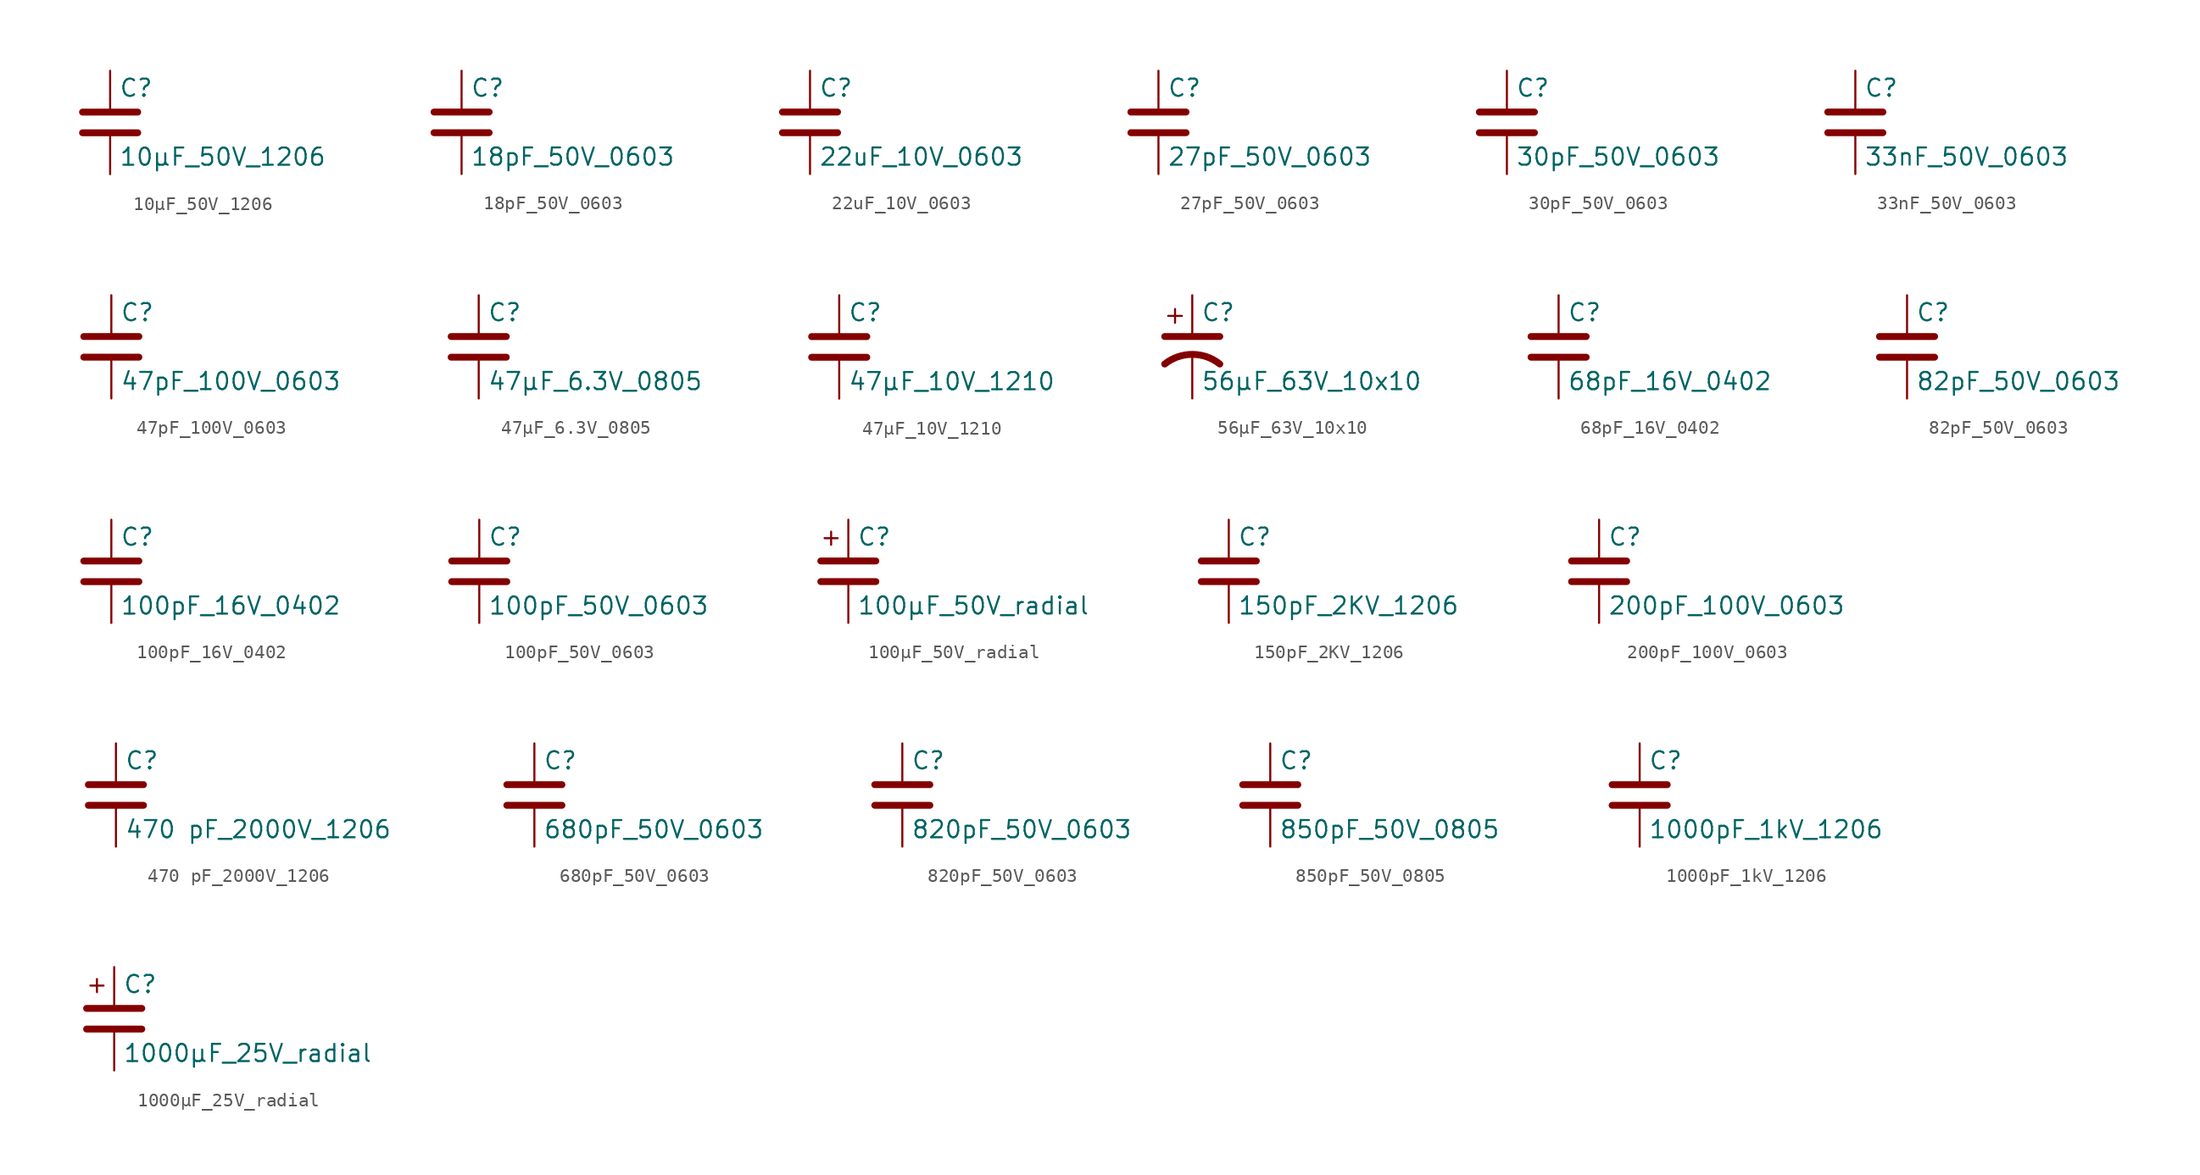
<source format=kicad_sym>
(kicad_symbol_lib
  (version 20220914)
  (generator kicad_symbol_editor)
  (symbol "10µF_50V_1206"
    (pin_numbers hide)
    (pin_names
      (offset 0.254))
    (property "Reference" "C"
      (at 0.635 2.54 0)
      (effects (font (size 1.27 1.27)) (justify left)))
    (property "Value" "10µF_50V_1206"
      (at 0.635 -2.54 0)
      (effects (font (size 1.27 1.27)) (justify left)))
    (symbol "10µF_50V_1206_0_1"
      (polyline (pts (xy -2.032 -0.762) (xy 2.032 -0.762)) (stroke (width 0.508) (type default)) (fill (type none)))
      (polyline (pts (xy -2.032 0.762) (xy 2.032 0.762)) (stroke (width 0.508) (type default)) (fill (type none))))
    (symbol "10µF_50V_1206_1_1"
      (pin passive line (at 0 3.81 270) (length 2.794) (name "~" (effects (font (size 1.27 1.27)))) (number "1" (effects (font (size 1.27 1.27)))))
      (pin passive line (at 0 -3.81 90) (length 2.794) (name "~" (effects (font (size 1.27 1.27)))) (number "2" (effects (font (size 1.27 1.27)))))))
  (symbol "18pF_50V_0603"
    (pin_numbers hide)
    (pin_names
      (offset 0.254))
    (property "Reference" "C"
      (at 0.635 2.54 0)
      (effects (font (size 1.27 1.27)) (justify left)))
    (property "Value" "18pF_50V_0603"
      (at 0.635 -2.54 0)
      (effects (font (size 1.27 1.27)) (justify left)))
    (symbol "18pF_50V_0603_0_1"
      (polyline (pts (xy -2.032 -0.762) (xy 2.032 -0.762)) (stroke (width 0.508) (type default)) (fill (type none)))
      (polyline (pts (xy -2.032 0.762) (xy 2.032 0.762)) (stroke (width 0.508) (type default)) (fill (type none))))
    (symbol "18pF_50V_0603_1_1"
      (pin passive line (at 0 3.81 270) (length 2.794) (name "~" (effects (font (size 1.27 1.27)))) (number "1" (effects (font (size 1.27 1.27)))))
      (pin passive line (at 0 -3.81 90) (length 2.794) (name "~" (effects (font (size 1.27 1.27)))) (number "2" (effects (font (size 1.27 1.27)))))))
  (symbol "22uF_10V_0603"
    (pin_numbers hide)
    (pin_names
      (offset 0.254))
    (property "Reference" "C"
      (at 0.635 2.54 0)
      (effects (font (size 1.27 1.27)) (justify left)))
    (property "Value" "22uF_10V_0603"
      (at 0.635 -2.54 0)
      (effects (font (size 1.27 1.27)) (justify left)))
    (symbol "22uF_10V_0603_0_1"
      (polyline (pts (xy -2.032 -0.762) (xy 2.032 -0.762)) (stroke (width 0.508) (type default)) (fill (type none)))
      (polyline (pts (xy -2.032 0.762) (xy 2.032 0.762)) (stroke (width 0.508) (type default)) (fill (type none))))
    (symbol "22uF_10V_0603_1_1"
      (pin passive line (at 0 3.81 270) (length 2.794) (name "~" (effects (font (size 1.27 1.27)))) (number "1" (effects (font (size 1.27 1.27)))))
      (pin passive line (at 0 -3.81 90) (length 2.794) (name "~" (effects (font (size 1.27 1.27)))) (number "2" (effects (font (size 1.27 1.27)))))))
  (symbol "27pF_50V_0603"
    (pin_numbers hide)
    (pin_names
      (offset 0.254))
    (property "Reference" "C"
      (at 0.635 2.54 0)
      (effects (font (size 1.27 1.27)) (justify left)))
    (property "Value" "27pF_50V_0603"
      (at 0.635 -2.54 0)
      (effects (font (size 1.27 1.27)) (justify left)))
    (symbol "27pF_50V_0603_0_1"
      (polyline (pts (xy -2.032 -0.762) (xy 2.032 -0.762)) (stroke (width 0.508) (type default)) (fill (type none)))
      (polyline (pts (xy -2.032 0.762) (xy 2.032 0.762)) (stroke (width 0.508) (type default)) (fill (type none))))
    (symbol "27pF_50V_0603_1_1"
      (pin passive line (at 0 3.81 270) (length 2.794) (name "~" (effects (font (size 1.27 1.27)))) (number "1" (effects (font (size 1.27 1.27)))))
      (pin passive line (at 0 -3.81 90) (length 2.794) (name "~" (effects (font (size 1.27 1.27)))) (number "2" (effects (font (size 1.27 1.27)))))))
  (symbol "30pF_50V_0603"
    (pin_numbers hide)
    (pin_names
      (offset 0.254))
    (property "Reference" "C"
      (at 0.635 2.54 0)
      (effects (font (size 1.27 1.27)) (justify left)))
    (property "Value" "30pF_50V_0603"
      (at 0.635 -2.54 0)
      (effects (font (size 1.27 1.27)) (justify left)))
    (symbol "30pF_50V_0603_0_1"
      (polyline (pts (xy -2.032 -0.762) (xy 2.032 -0.762)) (stroke (width 0.508) (type default)) (fill (type none)))
      (polyline (pts (xy -2.032 0.762) (xy 2.032 0.762)) (stroke (width 0.508) (type default)) (fill (type none))))
    (symbol "30pF_50V_0603_1_1"
      (pin passive line (at 0 3.81 270) (length 2.794) (name "~" (effects (font (size 1.27 1.27)))) (number "1" (effects (font (size 1.27 1.27)))))
      (pin passive line (at 0 -3.81 90) (length 2.794) (name "~" (effects (font (size 1.27 1.27)))) (number "2" (effects (font (size 1.27 1.27)))))))
  (symbol "33nF_50V_0603"
    (pin_numbers hide)
    (pin_names
      (offset 0.254))
    (property "Reference" "C"
      (at 0.635 2.54 0)
      (effects (font (size 1.27 1.27)) (justify left)))
    (property "Value" "33nF_50V_0603"
      (at 0.635 -2.54 0)
      (effects (font (size 1.27 1.27)) (justify left)))
    (symbol "33nF_50V_0603_0_1"
      (polyline (pts (xy -2.032 -0.762) (xy 2.032 -0.762)) (stroke (width 0.508) (type default)) (fill (type none)))
      (polyline (pts (xy -2.032 0.762) (xy 2.032 0.762)) (stroke (width 0.508) (type default)) (fill (type none))))
    (symbol "33nF_50V_0603_1_1"
      (pin passive line (at 0 3.81 270) (length 2.794) (name "~" (effects (font (size 1.27 1.27)))) (number "1" (effects (font (size 1.27 1.27)))))
      (pin passive line (at 0 -3.81 90) (length 2.794) (name "~" (effects (font (size 1.27 1.27)))) (number "2" (effects (font (size 1.27 1.27)))))))
  (symbol "47pF_100V_0603"
    (pin_numbers hide)
    (pin_names
      (offset 0.254))
    (property "Reference" "C"
      (at 0.635 2.54 0)
      (effects (font (size 1.27 1.27)) (justify left)))
    (property "Value" "47pF_100V_0603"
      (at 0.635 -2.54 0)
      (effects (font (size 1.27 1.27)) (justify left)))
    (symbol "47pF_100V_0603_0_1"
      (polyline (pts (xy -2.032 -0.762) (xy 2.032 -0.762)) (stroke (width 0.508) (type default)) (fill (type none)))
      (polyline (pts (xy -2.032 0.762) (xy 2.032 0.762)) (stroke (width 0.508) (type default)) (fill (type none))))
    (symbol "47pF_100V_0603_1_1"
      (pin passive line (at 0 3.81 270) (length 2.794) (name "~" (effects (font (size 1.27 1.27)))) (number "1" (effects (font (size 1.27 1.27)))))
      (pin passive line (at 0 -3.81 90) (length 2.794) (name "~" (effects (font (size 1.27 1.27)))) (number "2" (effects (font (size 1.27 1.27)))))))
  (symbol "47µF_6.3V_0805"
    (pin_numbers hide)
    (pin_names
      (offset 0.254))
    (property "Reference" "C"
      (at 0.635 2.54 0)
      (effects (font (size 1.27 1.27)) (justify left)))
    (property "Value" "47µF_6.3V_0805"
      (at 0.635 -2.54 0)
      (effects (font (size 1.27 1.27)) (justify left)))
    (symbol "47µF_6.3V_0805_0_1"
      (polyline (pts (xy -2.032 -0.762) (xy 2.032 -0.762)) (stroke (width 0.508) (type default)) (fill (type none)))
      (polyline (pts (xy -2.032 0.762) (xy 2.032 0.762)) (stroke (width 0.508) (type default)) (fill (type none))))
    (symbol "47µF_6.3V_0805_1_1"
      (pin passive line (at 0 3.81 270) (length 2.794) (name "~" (effects (font (size 1.27 1.27)))) (number "1" (effects (font (size 1.27 1.27)))))
      (pin passive line (at 0 -3.81 90) (length 2.794) (name "~" (effects (font (size 1.27 1.27)))) (number "2" (effects (font (size 1.27 1.27)))))))
  (symbol "47µF_10V_1210"
    (pin_numbers hide)
    (pin_names
      (offset 0.254))
    (property "Reference" "C"
      (at 0.635 2.54 0)
      (effects (font (size 1.27 1.27)) (justify left)))
    (property "Value" "47µF_10V_1210"
      (at 0.635 -2.54 0)
      (effects (font (size 1.27 1.27)) (justify left)))
    (symbol "47µF_10V_1210_0_1"
      (polyline (pts (xy -2.032 -0.762) (xy 2.032 -0.762)) (stroke (width 0.508) (type default)) (fill (type none)))
      (polyline (pts (xy -2.032 0.762) (xy 2.032 0.762)) (stroke (width 0.508) (type default)) (fill (type none))))
    (symbol "47µF_10V_1210_1_1"
      (pin passive line (at 0 3.81 270) (length 2.794) (name "~" (effects (font (size 1.27 1.27)))) (number "1" (effects (font (size 1.27 1.27)))))
      (pin passive line (at 0 -3.81 90) (length 2.794) (name "~" (effects (font (size 1.27 1.27)))) (number "2" (effects (font (size 1.27 1.27)))))))
  (symbol "56µF_63V_10x10"
    (pin_numbers hide)
    (pin_names
      (offset 0.254) hide)
    (property "Reference" "C"
      (at 0.635 2.54 0)
      (effects (font (size 1.27 1.27)) (justify left)))
    (property "Value" "56µF_63V_10x10"
      (at 0.635 -2.54 0)
      (effects (font (size 1.27 1.27)) (justify left)))
    (symbol "56µF_63V_10x10_0_1"
      (polyline (pts (xy -2.032 0.762) (xy 2.032 0.762)) (stroke (width 0.508) (type default)) (fill (type none)))
      (polyline (pts (xy -1.778 2.286) (xy -0.762 2.286)) (stroke (width 0) (type default)) (fill (type none)))
      (polyline (pts (xy -1.27 1.778) (xy -1.27 2.794)) (stroke (width 0) (type default)) (fill (type none)))
      (arc (start 2.032 -1.27) (mid 0 -0.5572) (end -2.032 -1.27) (stroke (width 0.508) (type default)) (fill (type none))))
    (symbol "56µF_63V_10x10_1_1"
      (pin passive line (at 0 3.81 270) (length 2.794) (name "~" (effects (font (size 1.27 1.27)))) (number "1" (effects (font (size 1.27 1.27)))))
      (pin passive line (at 0 -3.81 90) (length 3.302) (name "~" (effects (font (size 1.27 1.27)))) (number "2" (effects (font (size 1.27 1.27)))))))
  (symbol "68pF_16V_0402"
    (pin_numbers hide)
    (pin_names
      (offset 0.254))
    (property "Reference" "C"
      (at 0.635 2.54 0)
      (effects (font (size 1.27 1.27)) (justify left)))
    (property "Value" "68pF_16V_0402"
      (at 0.635 -2.54 0)
      (effects (font (size 1.27 1.27)) (justify left)))
    (symbol "68pF_16V_0402_0_1"
      (polyline (pts (xy -2.032 -0.762) (xy 2.032 -0.762)) (stroke (width 0.508) (type default)) (fill (type none)))
      (polyline (pts (xy -2.032 0.762) (xy 2.032 0.762)) (stroke (width 0.508) (type default)) (fill (type none))))
    (symbol "68pF_16V_0402_1_1"
      (pin passive line (at 0 3.81 270) (length 2.794) (name "~" (effects (font (size 1.27 1.27)))) (number "1" (effects (font (size 1.27 1.27)))))
      (pin passive line (at 0 -3.81 90) (length 2.794) (name "~" (effects (font (size 1.27 1.27)))) (number "2" (effects (font (size 1.27 1.27)))))))
  (symbol "82pF_50V_0603"
    (pin_numbers hide)
    (pin_names
      (offset 0.254))
    (property "Reference" "C"
      (at 0.635 2.54 0)
      (effects (font (size 1.27 1.27)) (justify left)))
    (property "Value" "82pF_50V_0603"
      (at 0.635 -2.54 0)
      (effects (font (size 1.27 1.27)) (justify left)))
    (symbol "82pF_50V_0603_0_1"
      (polyline (pts (xy -2.032 -0.762) (xy 2.032 -0.762)) (stroke (width 0.508) (type default)) (fill (type none)))
      (polyline (pts (xy -2.032 0.762) (xy 2.032 0.762)) (stroke (width 0.508) (type default)) (fill (type none))))
    (symbol "82pF_50V_0603_1_1"
      (pin passive line (at 0 3.81 270) (length 2.794) (name "~" (effects (font (size 1.27 1.27)))) (number "1" (effects (font (size 1.27 1.27)))))
      (pin passive line (at 0 -3.81 90) (length 2.794) (name "~" (effects (font (size 1.27 1.27)))) (number "2" (effects (font (size 1.27 1.27)))))))
  (symbol "100pF_16V_0402"
    (pin_numbers hide)
    (pin_names
      (offset 0.254))
    (property "Reference" "C"
      (at 0.635 2.54 0)
      (effects (font (size 1.27 1.27)) (justify left)))
    (property "Value" "100pF_16V_0402"
      (at 0.635 -2.54 0)
      (effects (font (size 1.27 1.27)) (justify left)))
    (symbol "100pF_16V_0402_0_1"
      (polyline (pts (xy -2.032 -0.762) (xy 2.032 -0.762)) (stroke (width 0.508) (type default)) (fill (type none)))
      (polyline (pts (xy -2.032 0.762) (xy 2.032 0.762)) (stroke (width 0.508) (type default)) (fill (type none))))
    (symbol "100pF_16V_0402_1_1"
      (pin passive line (at 0 3.81 270) (length 2.794) (name "~" (effects (font (size 1.27 1.27)))) (number "1" (effects (font (size 1.27 1.27)))))
      (pin passive line (at 0 -3.81 90) (length 2.794) (name "~" (effects (font (size 1.27 1.27)))) (number "2" (effects (font (size 1.27 1.27)))))))
  (symbol "100pF_50V_0603"
    (pin_numbers hide)
    (pin_names
      (offset 0.254))
    (property "Reference" "C"
      (at 0.635 2.54 0)
      (effects (font (size 1.27 1.27)) (justify left)))
    (property "Value" "100pF_50V_0603"
      (at 0.635 -2.54 0)
      (effects (font (size 1.27 1.27)) (justify left)))
    (symbol "100pF_50V_0603_0_1"
      (polyline (pts (xy -2.032 -0.762) (xy 2.032 -0.762)) (stroke (width 0.508) (type default)) (fill (type none)))
      (polyline (pts (xy -2.032 0.762) (xy 2.032 0.762)) (stroke (width 0.508) (type default)) (fill (type none))))
    (symbol "100pF_50V_0603_1_1"
      (pin passive line (at 0 3.81 270) (length 2.794) (name "~" (effects (font (size 1.27 1.27)))) (number "1" (effects (font (size 1.27 1.27)))))
      (pin passive line (at 0 -3.81 90) (length 2.794) (name "~" (effects (font (size 1.27 1.27)))) (number "2" (effects (font (size 1.27 1.27)))))))
  (symbol "100µF_50V_radial"
    (pin_numbers hide)
    (pin_names
      (offset 0.254))
    (property "Reference" "C"
      (at 0.635 2.54 0)
      (effects (font (size 1.27 1.27)) (justify left)))
    (property "Value" "100µF_50V_radial"
      (at 0.635 -2.54 0)
      (effects (font (size 1.27 1.27)) (justify left)))
    (symbol "100µF_50V_radial_0_0"
      (text "+" (at -1.27 2.54 0) (effects (font (size 1.27 1.27)))))
    (symbol "100µF_50V_radial_0_1"
      (polyline (pts (xy -2.032 -0.762) (xy 2.032 -0.762)) (stroke (width 0.508) (type default)) (fill (type none)))
      (polyline (pts (xy -2.032 0.762) (xy 2.032 0.762)) (stroke (width 0.508) (type default)) (fill (type none))))
    (symbol "100µF_50V_radial_1_1"
      (pin passive line (at 0 3.81 270) (length 2.794) (name "~" (effects (font (size 1.27 1.27)))) (number "1" (effects (font (size 1.27 1.27)))))
      (pin passive line (at 0 -3.81 90) (length 2.794) (name "~" (effects (font (size 1.27 1.27)))) (number "2" (effects (font (size 1.27 1.27)))))))
  (symbol "150pF_2KV_1206"
    (pin_numbers hide)
    (pin_names
      (offset 0.254))
    (property "Reference" "C"
      (at 0.635 2.54 0)
      (effects (font (size 1.27 1.27)) (justify left)))
    (property "Value" "150pF_2KV_1206"
      (at 0.635 -2.54 0)
      (effects (font (size 1.27 1.27)) (justify left)))
    (symbol "150pF_2KV_1206_0_1"
      (polyline (pts (xy -2.032 -0.762) (xy 2.032 -0.762)) (stroke (width 0.508) (type default)) (fill (type none)))
      (polyline (pts (xy -2.032 0.762) (xy 2.032 0.762)) (stroke (width 0.508) (type default)) (fill (type none))))
    (symbol "150pF_2KV_1206_1_1"
      (pin passive line (at 0 3.81 270) (length 2.794) (name "~" (effects (font (size 1.27 1.27)))) (number "1" (effects (font (size 1.27 1.27)))))
      (pin passive line (at 0 -3.81 90) (length 2.794) (name "~" (effects (font (size 1.27 1.27)))) (number "2" (effects (font (size 1.27 1.27)))))))
  (symbol "200pF_100V_0603"
    (pin_numbers hide)
    (pin_names
      (offset 0.254))
    (property "Reference" "C"
      (at 0.635 2.54 0)
      (effects (font (size 1.27 1.27)) (justify left)))
    (property "Value" "200pF_100V_0603"
      (at 0.635 -2.54 0)
      (effects (font (size 1.27 1.27)) (justify left)))
    (symbol "200pF_100V_0603_0_1"
      (polyline (pts (xy -2.032 -0.762) (xy 2.032 -0.762)) (stroke (width 0.508) (type default)) (fill (type none)))
      (polyline (pts (xy -2.032 0.762) (xy 2.032 0.762)) (stroke (width 0.508) (type default)) (fill (type none))))
    (symbol "200pF_100V_0603_1_1"
      (pin passive line (at 0 3.81 270) (length 2.794) (name "~" (effects (font (size 1.27 1.27)))) (number "1" (effects (font (size 1.27 1.27)))))
      (pin passive line (at 0 -3.81 90) (length 2.794) (name "~" (effects (font (size 1.27 1.27)))) (number "2" (effects (font (size 1.27 1.27)))))))
  (symbol "470 pF_2000V_1206"
    (pin_numbers hide)
    (pin_names
      (offset 0.254))
    (property "Reference" "C"
      (at 0.635 2.54 0)
      (effects (font (size 1.27 1.27)) (justify left)))
    (property "Value" "470 pF_2000V_1206"
      (at 0.635 -2.54 0)
      (effects (font (size 1.27 1.27)) (justify left)))
    (symbol "470 pF_2000V_1206_0_1"
      (polyline (pts (xy -2.032 -0.762) (xy 2.032 -0.762)) (stroke (width 0.508) (type default)) (fill (type none)))
      (polyline (pts (xy -2.032 0.762) (xy 2.032 0.762)) (stroke (width 0.508) (type default)) (fill (type none))))
    (symbol "470 pF_2000V_1206_1_1"
      (pin passive line (at 0 3.81 270) (length 2.794) (name "~" (effects (font (size 1.27 1.27)))) (number "1" (effects (font (size 1.27 1.27)))))
      (pin passive line (at 0 -3.81 90) (length 2.794) (name "~" (effects (font (size 1.27 1.27)))) (number "2" (effects (font (size 1.27 1.27)))))))
  (symbol "680pF_50V_0603"
    (pin_numbers hide)
    (pin_names
      (offset 0.254))
    (property "Reference" "C"
      (at 0.635 2.54 0)
      (effects (font (size 1.27 1.27)) (justify left)))
    (property "Value" "680pF_50V_0603"
      (at 0.635 -2.54 0)
      (effects (font (size 1.27 1.27)) (justify left)))
    (symbol "680pF_50V_0603_0_1"
      (polyline (pts (xy -2.032 -0.762) (xy 2.032 -0.762)) (stroke (width 0.508) (type default)) (fill (type none)))
      (polyline (pts (xy -2.032 0.762) (xy 2.032 0.762)) (stroke (width 0.508) (type default)) (fill (type none))))
    (symbol "680pF_50V_0603_1_1"
      (pin passive line (at 0 3.81 270) (length 2.794) (name "~" (effects (font (size 1.27 1.27)))) (number "1" (effects (font (size 1.27 1.27)))))
      (pin passive line (at 0 -3.81 90) (length 2.794) (name "~" (effects (font (size 1.27 1.27)))) (number "2" (effects (font (size 1.27 1.27)))))))
  (symbol "820pF_50V_0603"
    (pin_numbers hide)
    (pin_names
      (offset 0.254))
    (property "Reference" "C"
      (at 0.635 2.54 0)
      (effects (font (size 1.27 1.27)) (justify left)))
    (property "Value" "820pF_50V_0603"
      (at 0.635 -2.54 0)
      (effects (font (size 1.27 1.27)) (justify left)))
    (symbol "820pF_50V_0603_0_1"
      (polyline (pts (xy -2.032 -0.762) (xy 2.032 -0.762)) (stroke (width 0.508) (type default)) (fill (type none)))
      (polyline (pts (xy -2.032 0.762) (xy 2.032 0.762)) (stroke (width 0.508) (type default)) (fill (type none))))
    (symbol "820pF_50V_0603_1_1"
      (pin passive line (at 0 3.81 270) (length 2.794) (name "~" (effects (font (size 1.27 1.27)))) (number "1" (effects (font (size 1.27 1.27)))))
      (pin passive line (at 0 -3.81 90) (length 2.794) (name "~" (effects (font (size 1.27 1.27)))) (number "2" (effects (font (size 1.27 1.27)))))))
  (symbol "850pF_50V_0805"
    (pin_numbers hide)
    (pin_names
      (offset 0.254))
    (property "Reference" "C"
      (at 0.635 2.54 0)
      (effects (font (size 1.27 1.27)) (justify left)))
    (property "Value" "850pF_50V_0805"
      (at 0.635 -2.54 0)
      (effects (font (size 1.27 1.27)) (justify left)))
    (symbol "850pF_50V_0805_0_1"
      (polyline (pts (xy -2.032 -0.762) (xy 2.032 -0.762)) (stroke (width 0.508) (type default)) (fill (type none)))
      (polyline (pts (xy -2.032 0.762) (xy 2.032 0.762)) (stroke (width 0.508) (type default)) (fill (type none))))
    (symbol "850pF_50V_0805_1_1"
      (pin passive line (at 0 3.81 270) (length 2.794) (name "~" (effects (font (size 1.27 1.27)))) (number "1" (effects (font (size 1.27 1.27)))))
      (pin passive line (at 0 -3.81 90) (length 2.794) (name "~" (effects (font (size 1.27 1.27)))) (number "2" (effects (font (size 1.27 1.27)))))))
  (symbol "1000pF_1kV_1206"
    (pin_numbers hide)
    (pin_names
      (offset 0.254))
    (property "Reference" "C"
      (at 0.635 2.54 0)
      (effects (font (size 1.27 1.27)) (justify left)))
    (property "Value" "1000pF_1kV_1206"
      (at 0.635 -2.54 0)
      (effects (font (size 1.27 1.27)) (justify left)))
    (symbol "1000pF_1kV_1206_0_1"
      (polyline (pts (xy -2.032 -0.762) (xy 2.032 -0.762)) (stroke (width 0.508) (type default)) (fill (type none)))
      (polyline (pts (xy -2.032 0.762) (xy 2.032 0.762)) (stroke (width 0.508) (type default)) (fill (type none))))
    (symbol "1000pF_1kV_1206_1_1"
      (pin passive line (at 0 3.81 270) (length 2.794) (name "~" (effects (font (size 1.27 1.27)))) (number "1" (effects (font (size 1.27 1.27)))))
      (pin passive line (at 0 -3.81 90) (length 2.794) (name "~" (effects (font (size 1.27 1.27)))) (number "2" (effects (font (size 1.27 1.27)))))))
  (symbol "1000µF_25V_radial"
    (pin_numbers hide)
    (pin_names
      (offset 0.254))
    (property "Reference" "C"
      (at 0.635 2.54 0)
      (effects (font (size 1.27 1.27)) (justify left)))
    (property "Value" "1000µF_25V_radial"
      (at 0.635 -2.54 0)
      (effects (font (size 1.27 1.27)) (justify left)))
    (symbol "1000µF_25V_radial_0_0"
      (text "+" (at -1.27 2.54 0) (effects (font (size 1.27 1.27)))))
    (symbol "1000µF_25V_radial_0_1"
      (polyline (pts (xy -2.032 -0.762) (xy 2.032 -0.762)) (stroke (width 0.508) (type default)) (fill (type none)))
      (polyline (pts (xy -2.032 0.762) (xy 2.032 0.762)) (stroke (width 0.508) (type default)) (fill (type none))))
    (symbol "1000µF_25V_radial_1_1"
      (pin passive line (at 0 3.81 270) (length 2.794) (name "~" (effects (font (size 1.27 1.27)))) (number "1" (effects (font (size 1.27 1.27)))))
      (pin passive line (at 0 -3.81 90) (length 2.794) (name "~" (effects (font (size 1.27 1.27)))) (number "2" (effects (font (size 1.27 1.27))))))))
</source>
